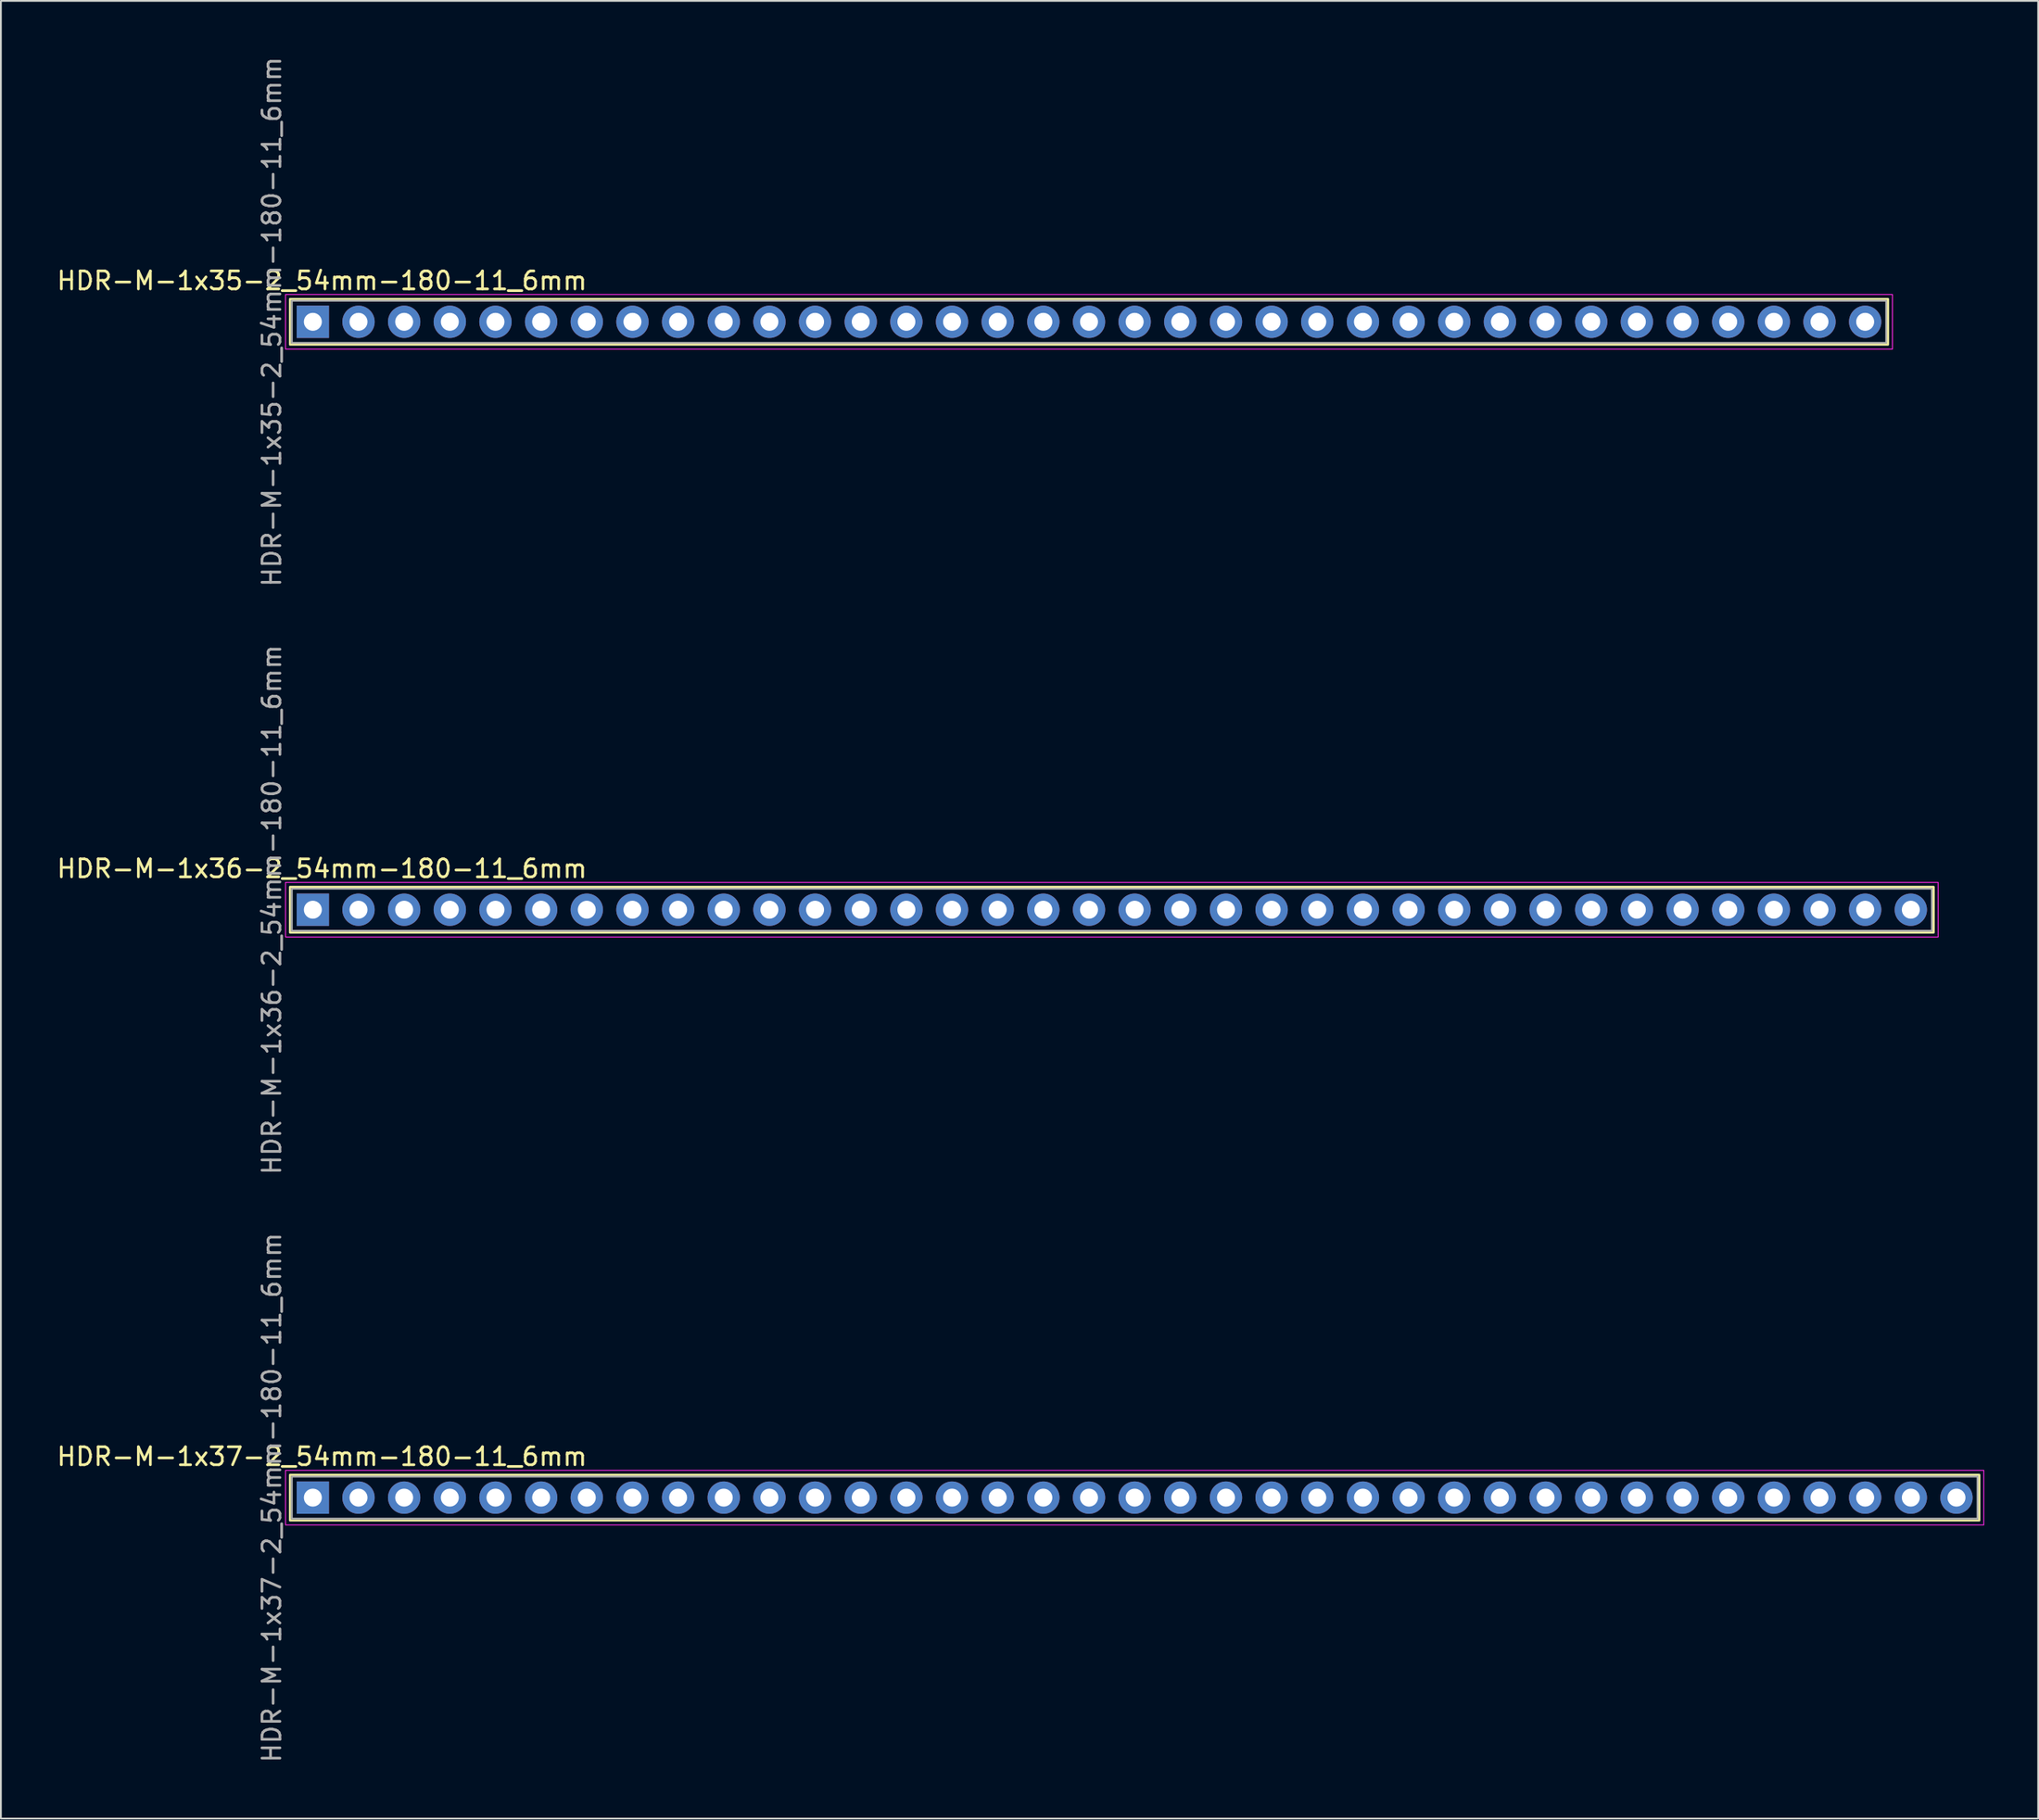
<source format=kicad_pcb>
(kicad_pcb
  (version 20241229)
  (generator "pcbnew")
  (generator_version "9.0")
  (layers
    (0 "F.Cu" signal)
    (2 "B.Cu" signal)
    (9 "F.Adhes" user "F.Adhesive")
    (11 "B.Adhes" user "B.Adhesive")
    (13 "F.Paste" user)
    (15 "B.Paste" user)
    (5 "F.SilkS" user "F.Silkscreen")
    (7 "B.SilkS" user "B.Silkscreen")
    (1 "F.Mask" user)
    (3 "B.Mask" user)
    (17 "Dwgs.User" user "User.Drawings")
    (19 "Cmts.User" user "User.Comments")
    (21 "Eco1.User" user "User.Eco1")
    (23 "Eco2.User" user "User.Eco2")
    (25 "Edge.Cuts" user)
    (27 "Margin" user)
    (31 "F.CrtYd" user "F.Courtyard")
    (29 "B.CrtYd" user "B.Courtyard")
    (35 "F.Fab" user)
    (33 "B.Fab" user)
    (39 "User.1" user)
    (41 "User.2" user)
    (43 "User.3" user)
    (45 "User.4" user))
  (footprint "HDR-M-1x37-2_54mm-180-11_6mm"
    (layer "F.Cu")
    (at 14.355 80.315)
    (property "Reference" "HDR-M-1x37-2_54mm-180-11_6mm" (at 0.508 -2.286 0) (unlocked yes) (layer "F.SilkS") (effects (font (size 1 1) (thickness 0.15))))
    (attr through_hole)
    (fp_rect (start -1.27 -1.27) (end 92.71 1.27) (stroke (width 0.12) (type solid)) (fill no) (layer "F.SilkS"))
    (fp_rect (start -1.52 -1.52) (end 92.96 1.52) (stroke (width 0.05) (type solid)) (fill no) (layer "F.CrtYd"))
    (fp_rect (start -1.17 -1.17) (end 92.61 1.17) (stroke (width 0.1) (type solid)) (fill no) (layer "F.Fab"))
    (fp_text user "${REFERENCE}" (at -2.286 0 90) (unlocked yes) (layer "F.Fab") (effects (font (size 1 1) (thickness 0.15))))
    (pad "1" thru_hole rect (at 0 0) (size 1.8 1.8) (drill 1) (layers "*.Cu" "*.Mask"))
    (pad "2" thru_hole circle (at 2.54 0) (size 1.8 1.8) (drill 1) (layers "*.Cu" "*.Mask"))
    (pad "3" thru_hole circle (at 5.08 0) (size 1.8 1.8) (drill 1) (layers "*.Cu" "*.Mask"))
    (pad "4" thru_hole circle (at 7.62 0) (size 1.8 1.8) (drill 1) (layers "*.Cu" "*.Mask"))
    (pad "5" thru_hole circle (at 10.16 0) (size 1.8 1.8) (drill 1) (layers "*.Cu" "*.Mask"))
    (pad "6" thru_hole circle (at 12.7 0) (size 1.8 1.8) (drill 1) (layers "*.Cu" "*.Mask"))
    (pad "7" thru_hole circle (at 15.24 0) (size 1.8 1.8) (drill 1) (layers "*.Cu" "*.Mask"))
    (pad "8" thru_hole circle (at 17.78 0) (size 1.8 1.8) (drill 1) (layers "*.Cu" "*.Mask"))
    (pad "9" thru_hole circle (at 20.32 0) (size 1.8 1.8) (drill 1) (layers "*.Cu" "*.Mask"))
    (pad "10" thru_hole circle (at 22.86 0) (size 1.8 1.8) (drill 1) (layers "*.Cu" "*.Mask"))
    (pad "11" thru_hole circle (at 25.4 0) (size 1.8 1.8) (drill 1) (layers "*.Cu" "*.Mask"))
    (pad "12" thru_hole circle (at 27.94 0) (size 1.8 1.8) (drill 1) (layers "*.Cu" "*.Mask"))
    (pad "13" thru_hole circle (at 30.48 0) (size 1.8 1.8) (drill 1) (layers "*.Cu" "*.Mask"))
    (pad "14" thru_hole circle (at 33.02 0) (size 1.8 1.8) (drill 1) (layers "*.Cu" "*.Mask"))
    (pad "15" thru_hole circle (at 35.56 0) (size 1.8 1.8) (drill 1) (layers "*.Cu" "*.Mask"))
    (pad "16" thru_hole circle (at 38.1 0) (size 1.8 1.8) (drill 1) (layers "*.Cu" "*.Mask"))
    (pad "17" thru_hole circle (at 40.64 0) (size 1.8 1.8) (drill 1) (layers "*.Cu" "*.Mask"))
    (pad "18" thru_hole circle (at 43.18 0) (size 1.8 1.8) (drill 1) (layers "*.Cu" "*.Mask"))
    (pad "19" thru_hole circle (at 45.72 0) (size 1.8 1.8) (drill 1) (layers "*.Cu" "*.Mask"))
    (pad "20" thru_hole circle (at 48.26 0) (size 1.8 1.8) (drill 1) (layers "*.Cu" "*.Mask"))
    (pad "21" thru_hole circle (at 50.8 0) (size 1.8 1.8) (drill 1) (layers "*.Cu" "*.Mask"))
    (pad "22" thru_hole circle (at 53.34 0) (size 1.8 1.8) (drill 1) (layers "*.Cu" "*.Mask"))
    (pad "23" thru_hole circle (at 55.88 0) (size 1.8 1.8) (drill 1) (layers "*.Cu" "*.Mask"))
    (pad "24" thru_hole circle (at 58.42 0) (size 1.8 1.8) (drill 1) (layers "*.Cu" "*.Mask"))
    (pad "25" thru_hole circle (at 60.96 0) (size 1.8 1.8) (drill 1) (layers "*.Cu" "*.Mask"))
    (pad "26" thru_hole circle (at 63.5 0) (size 1.8 1.8) (drill 1) (layers "*.Cu" "*.Mask"))
    (pad "27" thru_hole circle (at 66.04 0) (size 1.8 1.8) (drill 1) (layers "*.Cu" "*.Mask"))
    (pad "28" thru_hole circle (at 68.58 0) (size 1.8 1.8) (drill 1) (layers "*.Cu" "*.Mask"))
    (pad "29" thru_hole circle (at 71.12 0) (size 1.8 1.8) (drill 1) (layers "*.Cu" "*.Mask"))
    (pad "30" thru_hole circle (at 73.66 0) (size 1.8 1.8) (drill 1) (layers "*.Cu" "*.Mask"))
    (pad "31" thru_hole circle (at 76.2 0) (size 1.8 1.8) (drill 1) (layers "*.Cu" "*.Mask"))
    (pad "32" thru_hole circle (at 78.74 0) (size 1.8 1.8) (drill 1) (layers "*.Cu" "*.Mask"))
    (pad "33" thru_hole circle (at 81.28 0) (size 1.8 1.8) (drill 1) (layers "*.Cu" "*.Mask"))
    (pad "34" thru_hole circle (at 83.82 0) (size 1.8 1.8) (drill 1) (layers "*.Cu" "*.Mask"))
    (pad "35" thru_hole circle (at 86.36 0) (size 1.8 1.8) (drill 1) (layers "*.Cu" "*.Mask"))
    (pad "36" thru_hole circle (at 88.9 0) (size 1.8 1.8) (drill 1) (layers "*.Cu" "*.Mask"))
    (pad "37" thru_hole circle (at 91.44 0) (size 1.8 1.8) (drill 1) (layers "*.Cu" "*.Mask")))
  (footprint "HDR-M-1x36-2_54mm-180-11_6mm"
    (layer "F.Cu")
    (at 14.355 47.589)
    (property "Reference" "HDR-M-1x36-2_54mm-180-11_6mm" (at 0.508 -2.286 0) (unlocked yes) (layer "F.SilkS") (effects (font (size 1 1) (thickness 0.15))))
    (attr through_hole)
    (fp_rect (start -1.27 -1.27) (end 90.17 1.27) (stroke (width 0.12) (type solid)) (fill no) (layer "F.SilkS"))
    (fp_rect (start -1.52 -1.52) (end 90.42 1.52) (stroke (width 0.05) (type solid)) (fill no) (layer "F.CrtYd"))
    (fp_rect (start -1.17 -1.17) (end 90.07 1.17) (stroke (width 0.1) (type solid)) (fill no) (layer "F.Fab"))
    (fp_text user "${REFERENCE}" (at -2.286 0 90) (unlocked yes) (layer "F.Fab") (effects (font (size 1 1) (thickness 0.15))))
    (pad "1" thru_hole rect (at 0 0) (size 1.8 1.8) (drill 1) (layers "*.Cu" "*.Mask"))
    (pad "2" thru_hole circle (at 2.54 0) (size 1.8 1.8) (drill 1) (layers "*.Cu" "*.Mask"))
    (pad "3" thru_hole circle (at 5.08 0) (size 1.8 1.8) (drill 1) (layers "*.Cu" "*.Mask"))
    (pad "4" thru_hole circle (at 7.62 0) (size 1.8 1.8) (drill 1) (layers "*.Cu" "*.Mask"))
    (pad "5" thru_hole circle (at 10.16 0) (size 1.8 1.8) (drill 1) (layers "*.Cu" "*.Mask"))
    (pad "6" thru_hole circle (at 12.7 0) (size 1.8 1.8) (drill 1) (layers "*.Cu" "*.Mask"))
    (pad "7" thru_hole circle (at 15.24 0) (size 1.8 1.8) (drill 1) (layers "*.Cu" "*.Mask"))
    (pad "8" thru_hole circle (at 17.78 0) (size 1.8 1.8) (drill 1) (layers "*.Cu" "*.Mask"))
    (pad "9" thru_hole circle (at 20.32 0) (size 1.8 1.8) (drill 1) (layers "*.Cu" "*.Mask"))
    (pad "10" thru_hole circle (at 22.86 0) (size 1.8 1.8) (drill 1) (layers "*.Cu" "*.Mask"))
    (pad "11" thru_hole circle (at 25.4 0) (size 1.8 1.8) (drill 1) (layers "*.Cu" "*.Mask"))
    (pad "12" thru_hole circle (at 27.94 0) (size 1.8 1.8) (drill 1) (layers "*.Cu" "*.Mask"))
    (pad "13" thru_hole circle (at 30.48 0) (size 1.8 1.8) (drill 1) (layers "*.Cu" "*.Mask"))
    (pad "14" thru_hole circle (at 33.02 0) (size 1.8 1.8) (drill 1) (layers "*.Cu" "*.Mask"))
    (pad "15" thru_hole circle (at 35.56 0) (size 1.8 1.8) (drill 1) (layers "*.Cu" "*.Mask"))
    (pad "16" thru_hole circle (at 38.1 0) (size 1.8 1.8) (drill 1) (layers "*.Cu" "*.Mask"))
    (pad "17" thru_hole circle (at 40.64 0) (size 1.8 1.8) (drill 1) (layers "*.Cu" "*.Mask"))
    (pad "18" thru_hole circle (at 43.18 0) (size 1.8 1.8) (drill 1) (layers "*.Cu" "*.Mask"))
    (pad "19" thru_hole circle (at 45.72 0) (size 1.8 1.8) (drill 1) (layers "*.Cu" "*.Mask"))
    (pad "20" thru_hole circle (at 48.26 0) (size 1.8 1.8) (drill 1) (layers "*.Cu" "*.Mask"))
    (pad "21" thru_hole circle (at 50.8 0) (size 1.8 1.8) (drill 1) (layers "*.Cu" "*.Mask"))
    (pad "22" thru_hole circle (at 53.34 0) (size 1.8 1.8) (drill 1) (layers "*.Cu" "*.Mask"))
    (pad "23" thru_hole circle (at 55.88 0) (size 1.8 1.8) (drill 1) (layers "*.Cu" "*.Mask"))
    (pad "24" thru_hole circle (at 58.42 0) (size 1.8 1.8) (drill 1) (layers "*.Cu" "*.Mask"))
    (pad "25" thru_hole circle (at 60.96 0) (size 1.8 1.8) (drill 1) (layers "*.Cu" "*.Mask"))
    (pad "26" thru_hole circle (at 63.5 0) (size 1.8 1.8) (drill 1) (layers "*.Cu" "*.Mask"))
    (pad "27" thru_hole circle (at 66.04 0) (size 1.8 1.8) (drill 1) (layers "*.Cu" "*.Mask"))
    (pad "28" thru_hole circle (at 68.58 0) (size 1.8 1.8) (drill 1) (layers "*.Cu" "*.Mask"))
    (pad "29" thru_hole circle (at 71.12 0) (size 1.8 1.8) (drill 1) (layers "*.Cu" "*.Mask"))
    (pad "30" thru_hole circle (at 73.66 0) (size 1.8 1.8) (drill 1) (layers "*.Cu" "*.Mask"))
    (pad "31" thru_hole circle (at 76.2 0) (size 1.8 1.8) (drill 1) (layers "*.Cu" "*.Mask"))
    (pad "32" thru_hole circle (at 78.74 0) (size 1.8 1.8) (drill 1) (layers "*.Cu" "*.Mask"))
    (pad "33" thru_hole circle (at 81.28 0) (size 1.8 1.8) (drill 1) (layers "*.Cu" "*.Mask"))
    (pad "34" thru_hole circle (at 83.82 0) (size 1.8 1.8) (drill 1) (layers "*.Cu" "*.Mask"))
    (pad "35" thru_hole circle (at 86.36 0) (size 1.8 1.8) (drill 1) (layers "*.Cu" "*.Mask"))
    (pad "36" thru_hole circle (at 88.9 0) (size 1.8 1.8) (drill 1) (layers "*.Cu" "*.Mask")))
  (footprint "HDR-M-1x35-2_54mm-180-11_6mm"
    (layer "F.Cu")
    (at 14.355 14.863)
    (property "Reference" "HDR-M-1x35-2_54mm-180-11_6mm" (at 0.508 -2.286 0) (unlocked yes) (layer "F.SilkS") (effects (font (size 1 1) (thickness 0.15))))
    (attr through_hole)
    (fp_rect (start -1.27 -1.27) (end 87.63 1.27) (stroke (width 0.12) (type solid)) (fill no) (layer "F.SilkS"))
    (fp_rect (start -1.52 -1.52) (end 87.88 1.52) (stroke (width 0.05) (type solid)) (fill no) (layer "F.CrtYd"))
    (fp_rect (start -1.17 -1.17) (end 87.53 1.17) (stroke (width 0.1) (type solid)) (fill no) (layer "F.Fab"))
    (fp_text user "${REFERENCE}" (at -2.286 0 90) (unlocked yes) (layer "F.Fab") (effects (font (size 1 1) (thickness 0.15))))
    (pad "1" thru_hole rect (at 0 0) (size 1.8 1.8) (drill 1) (layers "*.Cu" "*.Mask"))
    (pad "2" thru_hole circle (at 2.54 0) (size 1.8 1.8) (drill 1) (layers "*.Cu" "*.Mask"))
    (pad "3" thru_hole circle (at 5.08 0) (size 1.8 1.8) (drill 1) (layers "*.Cu" "*.Mask"))
    (pad "4" thru_hole circle (at 7.62 0) (size 1.8 1.8) (drill 1) (layers "*.Cu" "*.Mask"))
    (pad "5" thru_hole circle (at 10.16 0) (size 1.8 1.8) (drill 1) (layers "*.Cu" "*.Mask"))
    (pad "6" thru_hole circle (at 12.7 0) (size 1.8 1.8) (drill 1) (layers "*.Cu" "*.Mask"))
    (pad "7" thru_hole circle (at 15.24 0) (size 1.8 1.8) (drill 1) (layers "*.Cu" "*.Mask"))
    (pad "8" thru_hole circle (at 17.78 0) (size 1.8 1.8) (drill 1) (layers "*.Cu" "*.Mask"))
    (pad "9" thru_hole circle (at 20.32 0) (size 1.8 1.8) (drill 1) (layers "*.Cu" "*.Mask"))
    (pad "10" thru_hole circle (at 22.86 0) (size 1.8 1.8) (drill 1) (layers "*.Cu" "*.Mask"))
    (pad "11" thru_hole circle (at 25.4 0) (size 1.8 1.8) (drill 1) (layers "*.Cu" "*.Mask"))
    (pad "12" thru_hole circle (at 27.94 0) (size 1.8 1.8) (drill 1) (layers "*.Cu" "*.Mask"))
    (pad "13" thru_hole circle (at 30.48 0) (size 1.8 1.8) (drill 1) (layers "*.Cu" "*.Mask"))
    (pad "14" thru_hole circle (at 33.02 0) (size 1.8 1.8) (drill 1) (layers "*.Cu" "*.Mask"))
    (pad "15" thru_hole circle (at 35.56 0) (size 1.8 1.8) (drill 1) (layers "*.Cu" "*.Mask"))
    (pad "16" thru_hole circle (at 38.1 0) (size 1.8 1.8) (drill 1) (layers "*.Cu" "*.Mask"))
    (pad "17" thru_hole circle (at 40.64 0) (size 1.8 1.8) (drill 1) (layers "*.Cu" "*.Mask"))
    (pad "18" thru_hole circle (at 43.18 0) (size 1.8 1.8) (drill 1) (layers "*.Cu" "*.Mask"))
    (pad "19" thru_hole circle (at 45.72 0) (size 1.8 1.8) (drill 1) (layers "*.Cu" "*.Mask"))
    (pad "20" thru_hole circle (at 48.26 0) (size 1.8 1.8) (drill 1) (layers "*.Cu" "*.Mask"))
    (pad "21" thru_hole circle (at 50.8 0) (size 1.8 1.8) (drill 1) (layers "*.Cu" "*.Mask"))
    (pad "22" thru_hole circle (at 53.34 0) (size 1.8 1.8) (drill 1) (layers "*.Cu" "*.Mask"))
    (pad "23" thru_hole circle (at 55.88 0) (size 1.8 1.8) (drill 1) (layers "*.Cu" "*.Mask"))
    (pad "24" thru_hole circle (at 58.42 0) (size 1.8 1.8) (drill 1) (layers "*.Cu" "*.Mask"))
    (pad "25" thru_hole circle (at 60.96 0) (size 1.8 1.8) (drill 1) (layers "*.Cu" "*.Mask"))
    (pad "26" thru_hole circle (at 63.5 0) (size 1.8 1.8) (drill 1) (layers "*.Cu" "*.Mask"))
    (pad "27" thru_hole circle (at 66.04 0) (size 1.8 1.8) (drill 1) (layers "*.Cu" "*.Mask"))
    (pad "28" thru_hole circle (at 68.58 0) (size 1.8 1.8) (drill 1) (layers "*.Cu" "*.Mask"))
    (pad "29" thru_hole circle (at 71.12 0) (size 1.8 1.8) (drill 1) (layers "*.Cu" "*.Mask"))
    (pad "30" thru_hole circle (at 73.66 0) (size 1.8 1.8) (drill 1) (layers "*.Cu" "*.Mask"))
    (pad "31" thru_hole circle (at 76.2 0) (size 1.8 1.8) (drill 1) (layers "*.Cu" "*.Mask"))
    (pad "32" thru_hole circle (at 78.74 0) (size 1.8 1.8) (drill 1) (layers "*.Cu" "*.Mask"))
    (pad "33" thru_hole circle (at 81.28 0) (size 1.8 1.8) (drill 1) (layers "*.Cu" "*.Mask"))
    (pad "34" thru_hole circle (at 83.82 0) (size 1.8 1.8) (drill 1) (layers "*.Cu" "*.Mask"))
    (pad "35" thru_hole circle (at 86.36 0) (size 1.8 1.8) (drill 1) (layers "*.Cu" "*.Mask")))
  (gr_rect
    (start -3 -3)
    (end 110.34 98.179)
    (stroke (width 0.1) (type default))
    (fill no)
    (layer "Edge.Cuts")))
</source>
